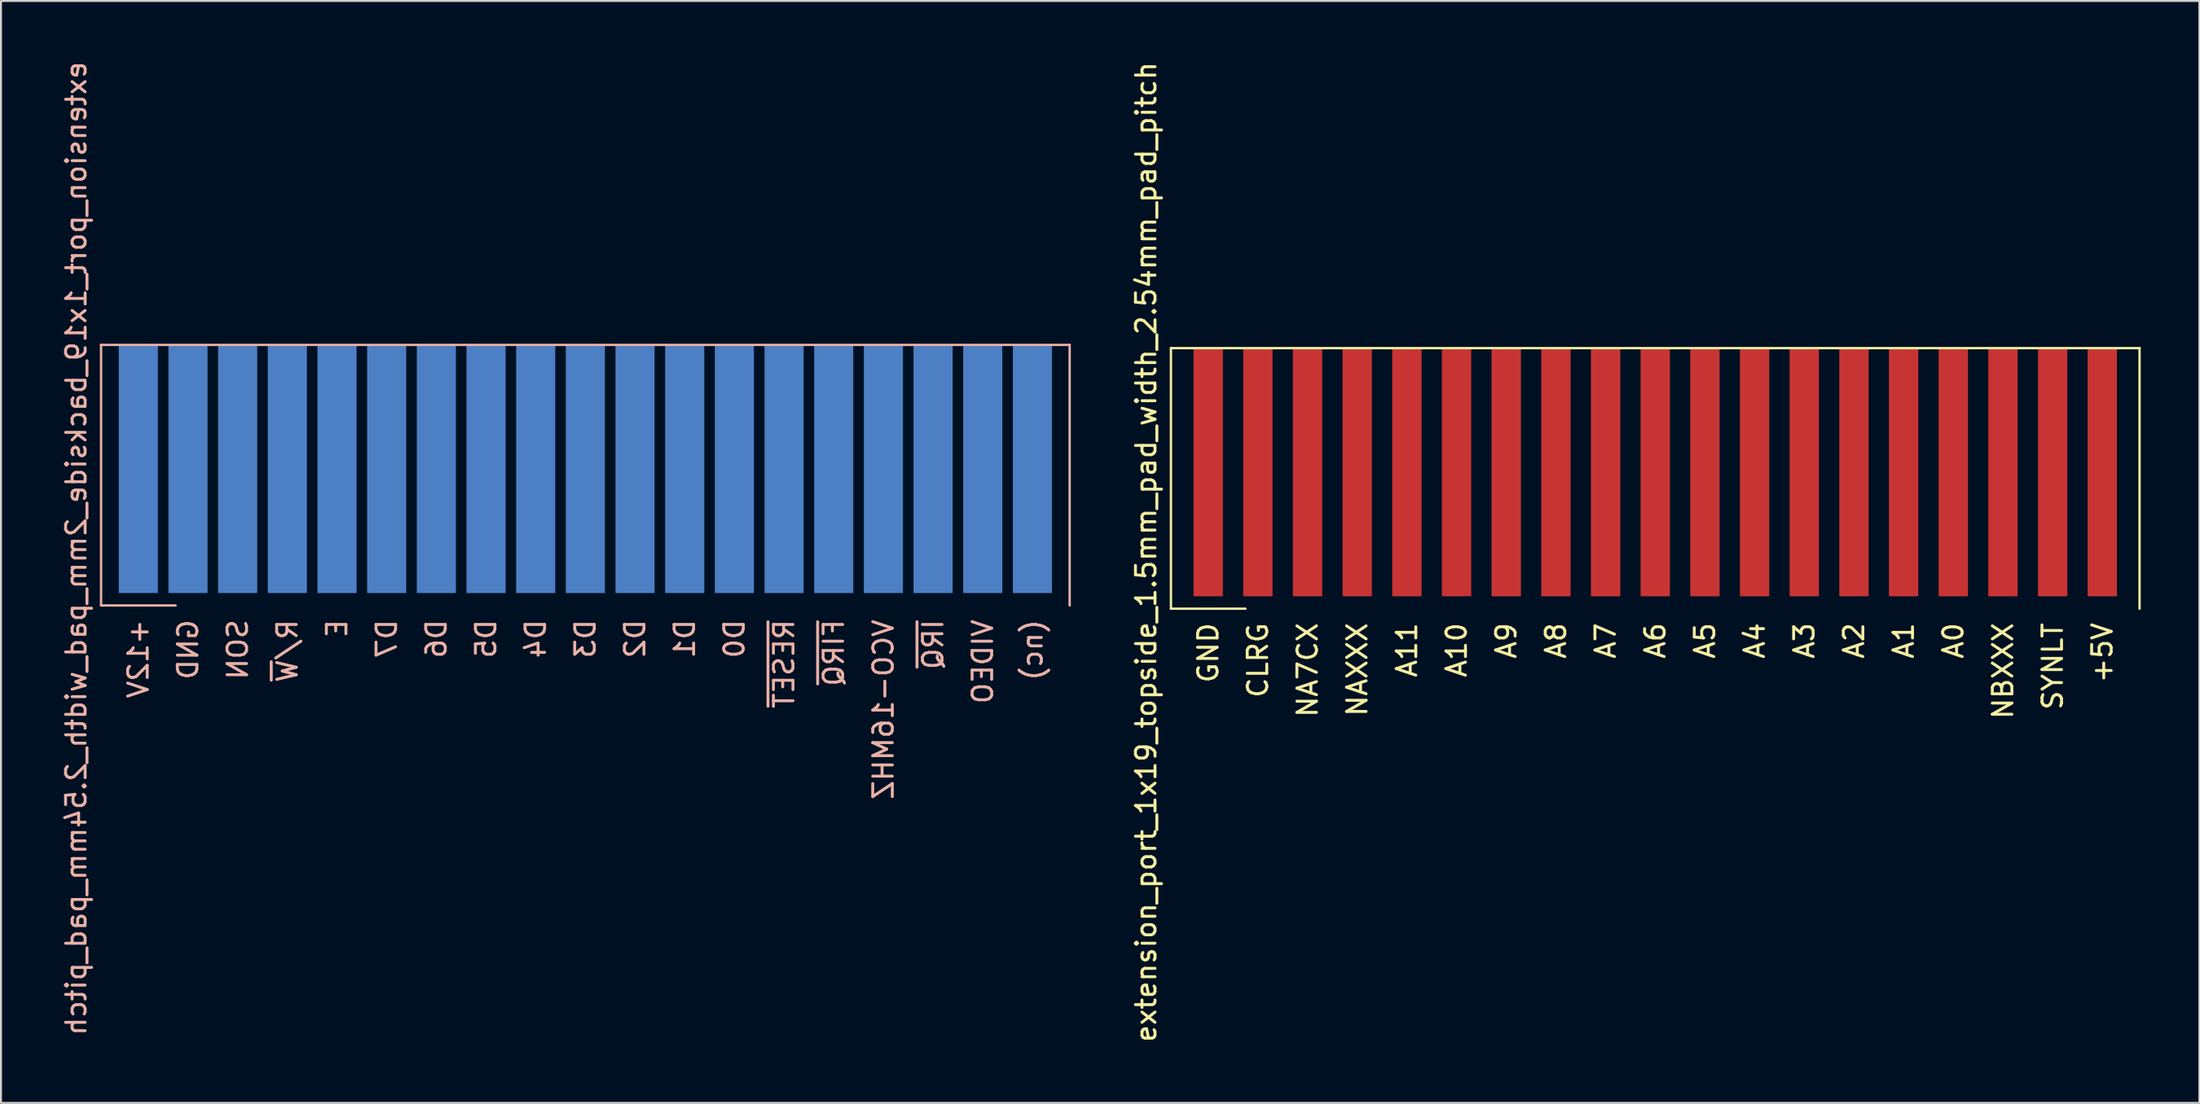
<source format=kicad_pcb>
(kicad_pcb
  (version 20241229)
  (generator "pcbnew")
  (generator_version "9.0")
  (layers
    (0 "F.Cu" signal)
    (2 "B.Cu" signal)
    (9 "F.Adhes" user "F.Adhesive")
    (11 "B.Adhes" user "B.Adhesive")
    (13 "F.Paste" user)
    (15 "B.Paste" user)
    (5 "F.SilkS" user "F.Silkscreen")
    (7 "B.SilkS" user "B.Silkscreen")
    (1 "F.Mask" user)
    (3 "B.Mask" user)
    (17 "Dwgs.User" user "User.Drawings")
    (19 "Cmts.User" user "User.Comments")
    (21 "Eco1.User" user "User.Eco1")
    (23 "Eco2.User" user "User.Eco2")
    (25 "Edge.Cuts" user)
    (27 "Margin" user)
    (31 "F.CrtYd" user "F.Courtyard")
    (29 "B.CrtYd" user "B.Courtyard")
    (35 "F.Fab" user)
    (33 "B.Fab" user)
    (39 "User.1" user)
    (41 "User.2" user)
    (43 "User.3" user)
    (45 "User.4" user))
  (footprint "extension_port_1x19_topside_1.5mm_pad_width_2.54mm_pad_pitch"
    (layer "F.Cu")
    (at 81.591 21.116)
    (property "Reference" "extension_port_1x19_topside_1.5mm_pad_width_2.54mm_pad_pitch" (at -26.035 4.08 90) (unlocked yes) (layer "F.SilkS") (effects (font (size 1 1) (thickness 0.15))))
    (attr smd)
    (fp_line (start -24.765 -6.35) (end 24.765 -6.35) (stroke (width 0.12) (type solid)) (layer "F.SilkS"))
    (fp_line (start -24.765 6.985) (end -24.765 -6.35) (stroke (width 0.12) (type solid)) (layer "F.SilkS"))
    (fp_line (start -24.765 6.985) (end -20.955 6.985) (stroke (width 0.12) (type solid)) (layer "F.SilkS"))
    (fp_line (start 24.765 -6.35) (end 24.765 6.985) (stroke (width 0.12) (type solid)) (layer "F.SilkS"))
    (fp_text user "A0" (at 15.24 7.62 90) (unlocked yes) (layer "F.SilkS") (effects (font (size 1 1) (thickness 0.15)) (justify right)))
    (fp_text user "NBXXX" (at 17.78 7.62 90) (unlocked yes) (layer "F.SilkS") (effects (font (size 1 1) (thickness 0.15)) (justify right)))
    (fp_text user "+5V" (at 22.86 7.62 90) (unlocked yes) (layer "F.SilkS") (effects (font (size 1 1) (thickness 0.15)) (justify right)))
    (fp_text user "A9" (at -7.62 7.62 90) (unlocked yes) (layer "F.SilkS") (effects (font (size 1 1) (thickness 0.15)) (justify right)))
    (fp_text user "A6" (at 0 7.62 90) (unlocked yes) (layer "F.SilkS") (effects (font (size 1 1) (thickness 0.15)) (justify right)))
    (fp_text user "NAXXX" (at -15.24 7.62 90) (unlocked yes) (layer "F.SilkS") (effects (font (size 1 1) (thickness 0.15)) (justify right)))
    (fp_text user "A10" (at -10.16 7.62 90) (unlocked yes) (layer "F.SilkS") (effects (font (size 1 1) (thickness 0.15)) (justify right)))
    (fp_text user "A4" (at 5.08 7.62 90) (unlocked yes) (layer "F.SilkS") (effects (font (size 1 1) (thickness 0.15)) (justify right)))
    (fp_text user "A7" (at -2.54 7.62 90) (unlocked yes) (layer "F.SilkS") (effects (font (size 1 1) (thickness 0.15)) (justify right)))
    (fp_text user "A3" (at 7.62 7.62 90) (unlocked yes) (layer "F.SilkS") (effects (font (size 1 1) (thickness 0.15)) (justify right)))
    (fp_text user "A1" (at 12.7 7.62 90) (unlocked yes) (layer "F.SilkS") (effects (font (size 1 1) (thickness 0.15)) (justify right)))
    (fp_text user "A11" (at -12.7 7.62 90) (unlocked yes) (layer "F.SilkS") (effects (font (size 1 1) (thickness 0.15)) (justify right)))
    (fp_text user "A2" (at 10.16 7.62 90) (unlocked yes) (layer "F.SilkS") (effects (font (size 1 1) (thickness 0.15)) (justify right)))
    (fp_text user "NA7CX" (at -17.78 7.62 90) (unlocked yes) (layer "F.SilkS") (effects (font (size 1 1) (thickness 0.15)) (justify right)))
    (fp_text user "GND" (at -22.86 7.62 90) (unlocked yes) (layer "F.SilkS") (effects (font (size 1 1) (thickness 0.15)) (justify right)))
    (fp_text user "A5" (at 2.54 7.62 90) (unlocked yes) (layer "F.SilkS") (effects (font (size 1 1) (thickness 0.15)) (justify right)))
    (fp_text user "A8" (at -5.08 7.62 90) (unlocked yes) (layer "F.SilkS") (effects (font (size 1 1) (thickness 0.15)) (justify right)))
    (fp_text user "CLRG" (at -20.32 7.62 90) (unlocked yes) (layer "F.SilkS") (effects (font (size 1 1) (thickness 0.15)) (justify right)))
    (fp_text user "SYNLT" (at 20.32 7.62 90) (unlocked yes) (layer "F.SilkS") (effects (font (size 1 1) (thickness 0.15)) (justify right)))
    (pad "1" connect rect (at -22.86 0) (size 1.5 12.7) (layers "F.Cu" "F.Mask"))
    (pad "2" connect rect (at -20.32 0) (size 1.5 12.7) (layers "F.Cu" "F.Mask"))
    (pad "3" connect rect (at -17.78 0) (size 1.5 12.7) (layers "F.Cu" "F.Mask"))
    (pad "4" connect rect (at -15.24 0) (size 1.5 12.7) (layers "F.Cu" "F.Mask"))
    (pad "5" connect rect (at -12.7 0) (size 1.5 12.7) (layers "F.Cu" "F.Mask"))
    (pad "6" connect rect (at -10.16 0) (size 1.5 12.7) (layers "F.Cu" "F.Mask"))
    (pad "7" connect rect (at -7.62 0) (size 1.5 12.7) (layers "F.Cu" "F.Mask"))
    (pad "8" connect rect (at -5.08 0) (size 1.5 12.7) (layers "F.Cu" "F.Mask"))
    (pad "9" connect rect (at -2.54 0) (size 1.5 12.7) (layers "F.Cu" "F.Mask"))
    (pad "10" connect rect (at 0 0) (size 1.5 12.7) (layers "F.Cu" "F.Mask"))
    (pad "11" connect rect (at 2.54 0) (size 1.5 12.7) (layers "F.Cu" "F.Mask"))
    (pad "12" connect rect (at 5.08 0) (size 1.5 12.7) (layers "F.Cu" "F.Mask"))
    (pad "13" connect rect (at 7.62 0) (size 1.5 12.7) (layers "F.Cu" "F.Mask"))
    (pad "14" connect rect (at 10.16 0) (size 1.5 12.7) (layers "F.Cu" "F.Mask"))
    (pad "15" connect rect (at 12.7 0) (size 1.5 12.7) (layers "F.Cu" "F.Mask"))
    (pad "16" connect rect (at 15.24 0) (size 1.5 12.7) (layers "F.Cu" "F.Mask"))
    (pad "17" connect rect (at 17.78 0) (size 1.5 12.7) (layers "F.Cu" "F.Mask"))
    (pad "18" connect rect (at 20.32 0) (size 1.5 12.7) (layers "F.Cu" "F.Mask"))
    (pad "19" connect rect (at 22.86 0) (size 1.5 12.7) (layers "F.Cu" "F.Mask")))
  (footprint "extension_port_1x19_backside_2mm_pad_width_2.54mm_pad_pitch"
    (layer "F.Cu")
    (at 26.883 20.95)
    (property "Reference" "extension_port_1x19_backside_2mm_pad_width_2.54mm_pad_pitch" (at -26.035 4.08 90) (unlocked yes) (layer "B.SilkS") (effects (font (size 1 1) (thickness 0.15)) (justify mirror)))
    (attr smd)
    (fp_line (start -24.765 -6.35) (end 24.765 -6.35) (stroke (width 0.12) (type solid)) (layer "B.SilkS"))
    (fp_line (start -24.765 6.985) (end -24.765 -6.35) (stroke (width 0.12) (type solid)) (layer "B.SilkS"))
    (fp_line (start -24.765 6.985) (end -20.955 6.985) (stroke (width 0.12) (type solid)) (layer "B.SilkS"))
    (fp_line (start 24.765 -6.35) (end 24.765 6.985) (stroke (width 0.12) (type solid)) (layer "B.SilkS"))
    (fp_text user "~{RESET}" (at 10.16 7.62 90) (unlocked yes) (layer "B.SilkS") (effects (font (size 1 1) (thickness 0.15)) (justify left mirror)))
    (fp_text user "GND" (at -20.32 7.62 90) (unlocked yes) (layer "B.SilkS") (effects (font (size 1 1) (thickness 0.15)) (justify left mirror)))
    (fp_text user "VIDEO" (at 20.32 7.62 90) (unlocked yes) (layer "B.SilkS") (effects (font (size 1 1) (thickness 0.15)) (justify left mirror)))
    (fp_text user "D3" (at 0 7.62 90) (unlocked yes) (layer "B.SilkS") (effects (font (size 1 1) (thickness 0.15)) (justify left mirror)))
    (fp_text user "D6" (at -7.62 7.62 90) (unlocked yes) (layer "B.SilkS") (effects (font (size 1 1) (thickness 0.15)) (justify left mirror)))
    (fp_text user "D2" (at 2.54 7.62 90) (unlocked yes) (layer "B.SilkS") (effects (font (size 1 1) (thickness 0.15)) (justify left mirror)))
    (fp_text user "D1" (at 5.08 7.62 90) (unlocked yes) (layer "B.SilkS") (effects (font (size 1 1) (thickness 0.15)) (justify left mirror)))
    (fp_text user "D5" (at -5.08 7.62 90) (unlocked yes) (layer "B.SilkS") (effects (font (size 1 1) (thickness 0.15)) (justify left mirror)))
    (fp_text user "D0" (at 7.62 7.62 90) (unlocked yes) (layer "B.SilkS") (effects (font (size 1 1) (thickness 0.15)) (justify left mirror)))
    (fp_text user "D7" (at -10.16 7.62 90) (unlocked yes) (layer "B.SilkS") (effects (font (size 1 1) (thickness 0.15)) (justify left mirror)))
    (fp_text user "+12V" (at -22.86 7.62 90) (unlocked yes) (layer "B.SilkS") (effects (font (size 1 1) (thickness 0.15)) (justify left mirror)))
    (fp_text user "VCO-16MHZ" (at 15.24 7.62 90) (unlocked yes) (layer "B.SilkS") (effects (font (size 1 1) (thickness 0.15)) (justify left mirror)))
    (fp_text user "~{IRQ}" (at 17.78 7.62 90) (unlocked yes) (layer "B.SilkS") (effects (font (size 1 1) (thickness 0.15)) (justify left mirror)))
    (fp_text user "~{FIRQ}" (at 12.7 7.62 90) (unlocked yes) (layer "B.SilkS") (effects (font (size 1 1) (thickness 0.15)) (justify left mirror)))
    (fp_text user "D4" (at -2.54 7.62 90) (unlocked yes) (layer "B.SilkS") (effects (font (size 1 1) (thickness 0.15)) (justify left mirror)))
    (fp_text user "R/~{W}" (at -15.24 7.62 90) (unlocked yes) (layer "B.SilkS") (effects (font (size 1 1) (thickness 0.15)) (justify left mirror)))
    (fp_text user "(nc)" (at 22.86 7.62 90) (unlocked yes) (layer "B.SilkS") (effects (font (size 1 1) (thickness 0.15)) (justify left mirror)))
    (fp_text user "SON" (at -17.78 7.62 90) (unlocked yes) (layer "B.SilkS") (effects (font (size 1 1) (thickness 0.15)) (justify left mirror)))
    (fp_text user "E" (at -12.7 7.62 90) (unlocked yes) (layer "B.SilkS") (effects (font (size 1 1) (thickness 0.15)) (justify left mirror)))
    (pad "1" connect rect (at -22.86 0 180) (size 2 12.7) (layers "B.Cu" "B.Mask"))
    (pad "2" connect rect (at -20.32 0 180) (size 2 12.7) (layers "B.Cu" "B.Mask"))
    (pad "3" connect rect (at -17.78 0 180) (size 2 12.7) (layers "B.Cu" "B.Mask"))
    (pad "4" connect rect (at -15.24 0 180) (size 2 12.7) (layers "B.Cu" "B.Mask"))
    (pad "5" connect rect (at -12.7 0 180) (size 2 12.7) (layers "B.Cu" "B.Mask"))
    (pad "6" connect rect (at -10.16 0 180) (size 2 12.7) (layers "B.Cu" "B.Mask"))
    (pad "7" connect rect (at -7.62 0 180) (size 2 12.7) (layers "B.Cu" "B.Mask"))
    (pad "8" connect rect (at -5.08 0 180) (size 2 12.7) (layers "B.Cu" "B.Mask"))
    (pad "9" connect rect (at -2.54 0 180) (size 2 12.7) (layers "B.Cu" "B.Mask"))
    (pad "10" connect rect (at 0 0 180) (size 2 12.7) (layers "B.Cu" "B.Mask"))
    (pad "11" connect rect (at 2.54 0 180) (size 2 12.7) (layers "B.Cu" "B.Mask"))
    (pad "12" connect rect (at 5.08 0 180) (size 2 12.7) (layers "B.Cu" "B.Mask"))
    (pad "13" connect rect (at 7.62 0 180) (size 2 12.7) (layers "B.Cu" "B.Mask"))
    (pad "14" connect rect (at 10.16 0 180) (size 2 12.7) (layers "B.Cu" "B.Mask"))
    (pad "15" connect rect (at 12.7 0 180) (size 2 12.7) (layers "B.Cu" "B.Mask"))
    (pad "16" connect rect (at 15.24 0 180) (size 2 12.7) (layers "B.Cu" "B.Mask"))
    (pad "17" connect rect (at 17.78 0 180) (size 2 12.7) (layers "B.Cu" "B.Mask"))
    (pad "18" connect rect (at 20.32 0 180) (size 2 12.7) (layers "B.Cu" "B.Mask"))
    (pad "19" connect rect (at 22.86 0 180) (size 2 12.7) (layers "B.Cu" "B.Mask")))
  (gr_rect
    (start -3 -3)
    (end 109.416 53.393)
    (stroke (width 0.1) (type default))
    (fill no)
    (layer "Edge.Cuts")))
</source>
